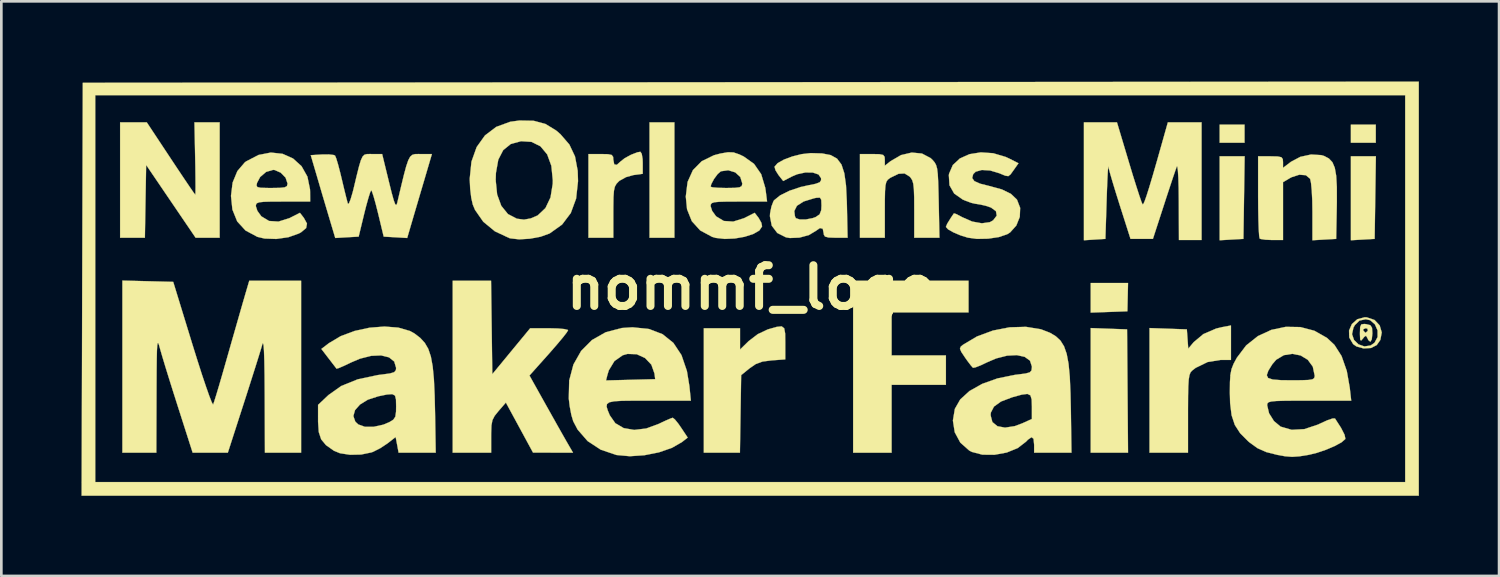
<source format=kicad_pcb>
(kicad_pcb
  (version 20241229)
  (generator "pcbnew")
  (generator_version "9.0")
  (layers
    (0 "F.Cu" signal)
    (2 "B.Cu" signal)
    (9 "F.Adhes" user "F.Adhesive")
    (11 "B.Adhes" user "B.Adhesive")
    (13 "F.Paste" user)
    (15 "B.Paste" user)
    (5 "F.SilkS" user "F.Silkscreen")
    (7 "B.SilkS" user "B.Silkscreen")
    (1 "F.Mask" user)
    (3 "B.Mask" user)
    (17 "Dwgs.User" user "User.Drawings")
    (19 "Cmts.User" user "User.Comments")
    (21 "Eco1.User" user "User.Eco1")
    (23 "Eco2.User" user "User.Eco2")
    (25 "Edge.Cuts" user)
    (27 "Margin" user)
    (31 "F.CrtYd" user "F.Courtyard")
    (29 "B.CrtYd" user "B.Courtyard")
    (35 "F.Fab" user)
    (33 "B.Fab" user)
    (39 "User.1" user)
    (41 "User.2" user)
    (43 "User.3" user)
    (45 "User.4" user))
  (footprint "nommf_logo"
    (layer "F.Cu")
    (at 25.067 7.71)
    (property "Reference" "nommf_logo" (at 0 0 0) (layer "F.SilkS") (effects (font (size 1.524 1.524) (thickness 0.3))))
    (attr through_hole)
    (fp_poly (pts (xy -2.879 -1.863) (xy -3.81 -1.863) (xy -3.81 -6.181) (xy -2.879 -6.181) (xy -2.879 -1.863)) (stroke (width 0.01) (type solid)) (fill yes) (layer "F.SilkS"))
    (fp_poly (pts (xy 18.457 -5.419) (xy 17.526 -5.419) (xy 17.526 -6.096) (xy 18.457 -6.096) (xy 18.457 -5.419)) (stroke (width 0.01) (type solid)) (fill yes) (layer "F.SilkS"))
    (fp_poly (pts (xy 23.368 -5.419) (xy 22.437 -5.419) (xy 22.437 -6.096) (xy 23.368 -6.096) (xy 23.368 -5.419)) (stroke (width 0.01) (type solid)) (fill yes) (layer "F.SilkS"))
    (fp_poly (pts (xy 13.38 1.542) (xy 14.061 1.566) (xy 14.079 3.874) (xy 14.097 6.181) (xy 12.7 6.181) (xy 12.7 1.517) (xy 13.38 1.542)) (stroke (width 0.01) (type solid)) (fill yes) (layer "F.SilkS"))
    (fp_poly (pts (xy 18.438 -3.365) (xy 18.415 -1.82) (xy 17.971 -1.795) (xy 17.526 -1.769) (xy 17.526 -4.911) (xy 18.461 -4.911) (xy 18.438 -3.365)) (stroke (width 0.01) (type solid)) (fill yes) (layer "F.SilkS"))
    (fp_poly (pts (xy 23.349 -3.365) (xy 23.326 -1.82) (xy 22.881 -1.795) (xy 22.437 -1.769) (xy 22.437 -4.911) (xy 23.372 -4.911) (xy 23.349 -3.365)) (stroke (width 0.01) (type solid)) (fill yes) (layer "F.SilkS"))
    (fp_poly (pts (xy 14.085 0.36) (xy 14.073 0.889) (xy 13.387 0.914) (xy 12.7 0.938) (xy 12.7 -0.169) (xy 13.399 -0.169) (xy 14.097 -0.169) (xy 14.085 0.36)) (stroke (width 0.01) (type solid)) (fill yes) (layer "F.SilkS"))
    (fp_poly (pts (xy 8.128 0.931) (xy 5.249 0.931) (xy 5.249 2.54) (xy 7.281 2.54) (xy 7.281 3.641) (xy 5.249 3.641) (xy 5.249 6.181) (xy 3.81 6.181) (xy 3.81 -0.254) (xy 8.128 -0.254) (xy 8.128 0.931)) (stroke (width 0.01) (type solid)) (fill yes) (layer "F.SilkS"))
    (fp_poly (pts (xy 24.977 7.789) (xy -25.062 7.789) (xy -25.041 0.064) (xy -25.02 -7.197) (xy -24.553 -7.197) (xy -24.553 7.281) (xy 24.469 7.281) (xy 24.469 -7.197) (xy -24.553 -7.197) (xy -25.02 -7.197) (xy -25.019 -7.662) (xy 24.977 -7.705) (xy 24.977 7.789)) (stroke (width 0.01) (type solid)) (fill yes) (layer "F.SilkS"))
    (fp_poly (pts (xy 1.231 1.528) (xy 1.266 1.722) (xy 1.27 2.061) (xy 1.27 2.689) (xy 0.763 2.726) (xy 0.42 2.77) (xy 0.166 2.863) (xy -0.062 3.02) (xy -0.381 3.278) (xy -0.404 4.729) (xy -0.427 6.181) (xy -1.778 6.181) (xy -1.778 1.524) (xy -0.423 1.524) (xy -0.423 2.32) (xy -0.098 2.003) (xy 0.24 1.745) (xy 0.615 1.568) (xy 0.635 1.562) (xy 0.948 1.473) (xy 1.136 1.453) (xy 1.231 1.528)) (stroke (width 0.01) (type solid)) (fill yes) (layer "F.SilkS"))
    (fp_poly (pts (xy -21.727 -4.826) (xy -21.448 -4.406) (xy -21.202 -4.039) (xy -21.004 -3.746) (xy -20.868 -3.55) (xy -20.809 -3.472) (xy -20.808 -3.471) (xy -20.802 -3.551) (xy -20.8 -3.772) (xy -20.802 -4.105) (xy -20.807 -4.523) (xy -20.813 -4.826) (xy -20.84 -6.181) (xy -19.897 -6.181) (xy -19.897 -1.863) (xy -20.796 -1.863) (xy -21.722 -3.225) (xy -22.648 -4.588) (xy -22.672 -3.225) (xy -22.695 -1.863) (xy -23.622 -1.863) (xy -23.622 -6.181) (xy -22.624 -6.181) (xy -21.727 -4.826)) (stroke (width 0.01) (type solid)) (fill yes) (layer "F.SilkS"))
    (fp_poly (pts (xy 17.949 2.709) (xy 17.564 2.709) (xy 17.074 2.788) (xy 16.624 3.008) (xy 16.489 3.114) (xy 16.434 3.179) (xy 16.395 3.281) (xy 16.368 3.445) (xy 16.352 3.697) (xy 16.344 4.061) (xy 16.341 4.564) (xy 16.341 4.712) (xy 16.341 6.181) (xy 14.901 6.181) (xy 14.901 1.517) (xy 16.298 1.566) (xy 16.324 1.927) (xy 16.35 2.287) (xy 16.556 2.043) (xy 16.917 1.741) (xy 17.398 1.534) (xy 17.632 1.479) (xy 17.949 1.42) (xy 17.949 2.709)) (stroke (width 0.01) (type solid)) (fill yes) (layer "F.SilkS"))
    (fp_poly (pts (xy -4.101 -5.004) (xy -4.069 -4.81) (xy -4.064 -4.668) (xy -4.064 -4.256) (xy -4.411 -4.209) (xy -4.69 -4.131) (xy -4.929 -3.999) (xy -4.961 -3.972) (xy -5.05 -3.878) (xy -5.108 -3.772) (xy -5.142 -3.618) (xy -5.159 -3.381) (xy -5.164 -3.026) (xy -5.165 -2.822) (xy -5.165 -1.863) (xy -6.096 -1.863) (xy -6.096 -4.995) (xy -5.63 -4.995) (xy -5.364 -4.99) (xy -5.225 -4.961) (xy -5.172 -4.889) (xy -5.165 -4.784) (xy -5.131 -4.609) (xy -5.035 -4.591) (xy -4.9 -4.712) (xy -4.739 -4.84) (xy -4.501 -4.969) (xy -4.265 -5.06) (xy -4.151 -5.08) (xy -4.101 -5.004)) (stroke (width 0.01) (type solid)) (fill yes) (layer "F.SilkS"))
    (fp_poly (pts (xy 23.008 1.37) (xy 23.162 1.408) (xy 23.228 1.508) (xy 23.241 1.714) (xy 23.219 1.94) (xy 23.164 2.029) (xy 23.089 1.967) (xy 23.055 1.893) (xy 23.003 1.803) (xy 22.934 1.85) (xy 22.889 1.909) (xy 22.818 1.987) (xy 22.785 1.951) (xy 22.776 1.776) (xy 22.775 1.704) (xy 22.78 1.564) (xy 22.896 1.564) (xy 22.902 1.609) (xy 22.975 1.689) (xy 22.987 1.693) (xy 23.054 1.634) (xy 23.072 1.609) (xy 23.052 1.537) (xy 22.987 1.524) (xy 22.896 1.564) (xy 22.78 1.564) (xy 22.783 1.479) (xy 22.827 1.38) (xy 22.937 1.363) (xy 23.008 1.37)) (stroke (width 0.01) (type solid)) (fill yes) (layer "F.SilkS"))
    (fp_poly (pts (xy 23.033 1.116) (xy 23.323 1.215) (xy 23.514 1.418) (xy 23.592 1.681) (xy 23.539 1.96) (xy 23.404 2.153) (xy 23.19 2.263) (xy 22.911 2.279) (xy 22.644 2.204) (xy 22.521 2.117) (xy 22.376 1.872) (xy 22.372 1.745) (xy 22.479 1.745) (xy 22.555 1.964) (xy 22.722 2.127) (xy 22.942 2.204) (xy 23.176 2.169) (xy 23.32 2.068) (xy 23.436 1.853) (xy 23.435 1.605) (xy 23.336 1.378) (xy 23.158 1.223) (xy 22.995 1.187) (xy 22.759 1.236) (xy 22.589 1.403) (xy 22.534 1.497) (xy 22.479 1.745) (xy 22.372 1.745) (xy 22.368 1.608) (xy 22.475 1.366) (xy 22.676 1.187) (xy 22.951 1.113) (xy 23.033 1.116)) (stroke (width 0.01) (type solid)) (fill yes) (layer "F.SilkS"))
    (fp_poly (pts (xy -9.717 1.494) (xy -9.694 3.243) (xy -8.985 2.383) (xy -8.276 1.524) (xy -7.567 1.524) (xy -7.244 1.532) (xy -6.999 1.554) (xy -6.869 1.586) (xy -6.858 1.599) (xy -6.911 1.687) (xy -7.057 1.874) (xy -7.275 2.134) (xy -7.541 2.44) (xy -7.58 2.484) (xy -8.303 3.293) (xy -7.697 4.377) (xy -7.461 4.797) (xy -7.237 5.196) (xy -7.045 5.535) (xy -6.908 5.776) (xy -6.882 5.821) (xy -6.673 6.181) (xy -7.421 6.179) (xy -8.17 6.177) (xy -9.186 4.305) (xy -9.461 4.622) (xy -9.605 4.801) (xy -9.688 4.961) (xy -9.726 5.159) (xy -9.736 5.454) (xy -9.737 5.56) (xy -9.737 6.181) (xy -11.176 6.181) (xy -11.176 -0.254) (xy -9.74 -0.254) (xy -9.717 1.494)) (stroke (width 0.01) (type solid)) (fill yes) (layer "F.SilkS"))
    (fp_poly (pts (xy 6.385 -5.014) (xy 6.709 -4.844) (xy 6.781 -4.776) (xy 6.858 -4.686) (xy 6.913 -4.587) (xy 6.952 -4.45) (xy 6.977 -4.246) (xy 6.993 -3.948) (xy 7.005 -3.525) (xy 7.012 -3.211) (xy 7.039 -1.863) (xy 6.096 -1.863) (xy 6.096 -2.921) (xy 6.094 -3.369) (xy 6.083 -3.679) (xy 6.06 -3.886) (xy 6.019 -4.021) (xy 5.957 -4.116) (xy 5.922 -4.153) (xy 5.735 -4.269) (xy 5.511 -4.257) (xy 5.217 -4.115) (xy 5.186 -4.096) (xy 5.107 -4.036) (xy 5.053 -3.956) (xy 5.02 -3.823) (xy 5.003 -3.608) (xy 4.996 -3.278) (xy 4.995 -2.919) (xy 4.995 -1.863) (xy 4.064 -1.863) (xy 4.064 -4.995) (xy 4.53 -4.995) (xy 4.796 -4.99) (xy 4.935 -4.961) (xy 4.988 -4.889) (xy 4.995 -4.778) (xy 4.995 -4.56) (xy 5.212 -4.73) (xy 5.601 -4.956) (xy 6.004 -5.051) (xy 6.385 -5.014)) (stroke (width 0.01) (type solid)) (fill yes) (layer "F.SilkS"))
    (fp_poly (pts (xy 21.33 -4.955) (xy 21.438 -4.922) (xy 21.615 -4.828) (xy 21.745 -4.69) (xy 21.834 -4.482) (xy 21.887 -4.182) (xy 21.911 -3.766) (xy 21.912 -3.21) (xy 21.91 -3.069) (xy 21.886 -1.82) (xy 21.442 -1.795) (xy 20.997 -1.769) (xy 20.997 -2.837) (xy 20.991 -3.259) (xy 20.972 -3.631) (xy 20.945 -3.912) (xy 20.912 -4.066) (xy 20.91 -4.07) (xy 20.752 -4.203) (xy 20.506 -4.222) (xy 20.213 -4.127) (xy 20.143 -4.088) (xy 19.897 -3.943) (xy 19.897 -1.778) (xy 19.487 -1.778) (xy 19.237 -1.789) (xy 19.062 -1.816) (xy 19.022 -1.834) (xy 19.004 -1.933) (xy 18.988 -2.174) (xy 18.976 -2.527) (xy 18.968 -2.965) (xy 18.965 -3.401) (xy 18.965 -4.911) (xy 19.431 -4.911) (xy 19.698 -4.905) (xy 19.836 -4.876) (xy 19.889 -4.805) (xy 19.897 -4.695) (xy 19.897 -4.479) (xy 20.194 -4.705) (xy 20.545 -4.891) (xy 20.947 -4.978) (xy 21.33 -4.955)) (stroke (width 0.01) (type solid)) (fill yes) (layer "F.SilkS"))
    (fp_poly (pts (xy 14.133 -4.678) (xy 14.278 -4.198) (xy 14.411 -3.775) (xy 14.521 -3.435) (xy 14.601 -3.204) (xy 14.642 -3.11) (xy 14.67 -3.128) (xy 14.718 -3.232) (xy 14.79 -3.435) (xy 14.889 -3.747) (xy 15.019 -4.182) (xy 15.183 -4.75) (xy 15.385 -5.464) (xy 15.509 -5.905) (xy 15.587 -6.181) (xy 16.849 -6.181) (xy 16.849 -1.778) (xy 16.002 -1.778) (xy 15.996 -3.239) (xy 15.991 -3.722) (xy 15.979 -4.111) (xy 15.962 -4.386) (xy 15.941 -4.526) (xy 15.922 -4.53) (xy 15.873 -4.393) (xy 15.782 -4.127) (xy 15.662 -3.765) (xy 15.521 -3.338) (xy 15.441 -3.09) (xy 15.028 -1.82) (xy 14.19 -1.82) (xy 13.785 -3.09) (xy 13.644 -3.539) (xy 13.522 -3.94) (xy 13.428 -4.262) (xy 13.372 -4.473) (xy 13.361 -4.53) (xy 13.352 -4.506) (xy 13.34 -4.337) (xy 13.325 -4.046) (xy 13.309 -3.655) (xy 13.296 -3.26) (xy 13.25 -1.82) (xy 12.848 -1.795) (xy 12.446 -1.769) (xy 12.446 -6.181) (xy 13.683 -6.181) (xy 14.133 -4.678)) (stroke (width 0.01) (type solid)) (fill yes) (layer "F.SilkS"))
    (fp_poly (pts (xy -8.146 -6.24) (xy -7.706 -6.122) (xy -7.309 -5.88) (xy -7.145 -5.739) (xy -6.81 -5.352) (xy -6.599 -4.906) (xy -6.498 -4.37) (xy -6.486 -3.979) (xy -6.558 -3.327) (xy -6.757 -2.787) (xy -7.083 -2.356) (xy -7.538 -2.031) (xy -7.561 -2.019) (xy -7.889 -1.901) (xy -8.289 -1.827) (xy -8.688 -1.803) (xy -9.016 -1.84) (xy -9.06 -1.852) (xy -9.596 -2.103) (xy -10.031 -2.461) (xy -10.34 -2.904) (xy -10.424 -3.104) (xy -10.481 -3.354) (xy -10.522 -3.699) (xy -10.537 -4.016) (xy -9.567 -4.016) (xy -9.513 -3.482) (xy -9.357 -3.055) (xy -9.108 -2.749) (xy -8.776 -2.576) (xy -8.509 -2.541) (xy -8.257 -2.586) (xy -8.001 -2.696) (xy -7.994 -2.7) (xy -7.705 -2.973) (xy -7.515 -3.372) (xy -7.433 -3.88) (xy -7.43 -4.014) (xy -7.484 -4.556) (xy -7.64 -4.982) (xy -7.891 -5.284) (xy -8.227 -5.451) (xy -8.618 -5.476) (xy -9.003 -5.371) (xy -9.286 -5.142) (xy -9.47 -4.784) (xy -9.558 -4.29) (xy -9.567 -4.016) (xy -10.537 -4.016) (xy -10.539 -4.065) (xy -10.539 -4.07) (xy -10.474 -4.71) (xy -10.28 -5.255) (xy -9.968 -5.692) (xy -9.546 -6.012) (xy -9.024 -6.203) (xy -8.678 -6.25) (xy -8.146 -6.24)) (stroke (width 0.01) (type solid)) (fill yes) (layer "F.SilkS"))
    (fp_poly (pts (xy -22.586 -0.236) (xy -21.635 -0.212) (xy -20.915 2.134) (xy -20.73 2.726) (xy -20.56 3.256) (xy -20.409 3.705) (xy -20.286 4.055) (xy -20.196 4.286) (xy -20.146 4.379) (xy -20.141 4.377) (xy -20.102 4.268) (xy -20.025 4.022) (xy -19.918 3.665) (xy -19.789 3.222) (xy -19.645 2.719) (xy -19.606 2.582) (xy -19.449 2.03) (xy -19.295 1.493) (xy -19.156 1.008) (xy -19.042 0.61) (xy -18.962 0.336) (xy -18.957 0.318) (xy -18.789 -0.254) (xy -16.849 -0.254) (xy -16.849 6.181) (xy -18.203 6.181) (xy -18.211 4) (xy -18.216 3.294) (xy -18.225 2.753) (xy -18.238 2.373) (xy -18.255 2.149) (xy -18.278 2.077) (xy -18.297 2.117) (xy -18.345 2.281) (xy -18.437 2.58) (xy -18.564 2.985) (xy -18.718 3.469) (xy -18.889 4.006) (xy -18.983 4.297) (xy -19.591 6.181) (xy -20.907 6.181) (xy -21.456 4.466) (xy -21.629 3.923) (xy -21.792 3.404) (xy -21.935 2.942) (xy -22.047 2.569) (xy -22.12 2.318) (xy -22.129 2.286) (xy -22.166 2.153) (xy -22.195 2.079) (xy -22.217 2.08) (xy -22.233 2.17) (xy -22.244 2.364) (xy -22.251 2.677) (xy -22.256 3.124) (xy -22.259 3.72) (xy -22.26 4) (xy -22.267 6.181) (xy -23.537 6.181) (xy -23.537 -0.26) (xy -22.586 -0.236)) (stroke (width 0.01) (type solid)) (fill yes) (layer "F.SilkS"))
    (fp_poly (pts (xy -17.541 -5.003) (xy -17.151 -4.829) (xy -16.833 -4.541) (xy -16.613 -4.151) (xy -16.515 -3.67) (xy -16.512 -3.577) (xy -16.51 -3.217) (xy -17.526 -3.217) (xy -17.955 -3.216) (xy -18.242 -3.208) (xy -18.416 -3.189) (xy -18.506 -3.154) (xy -18.538 -3.098) (xy -18.542 -3.044) (xy -18.485 -2.868) (xy -18.345 -2.675) (xy -18.334 -2.663) (xy -18.049 -2.491) (xy -17.696 -2.468) (xy -17.287 -2.596) (xy -17.228 -2.626) (xy -16.893 -2.796) (xy -16.745 -2.605) (xy -16.629 -2.394) (xy -16.661 -2.225) (xy -16.849 -2.068) (xy -16.933 -2.022) (xy -17.324 -1.883) (xy -17.777 -1.818) (xy -18.217 -1.833) (xy -18.487 -1.897) (xy -18.93 -2.135) (xy -19.24 -2.473) (xy -19.42 -2.918) (xy -19.473 -3.43) (xy -19.425 -3.817) (xy -18.518 -3.817) (xy -18.484 -3.76) (xy -18.362 -3.733) (xy -18.12 -3.726) (xy -17.955 -3.725) (xy -17.642 -3.73) (xy -17.462 -3.75) (xy -17.379 -3.796) (xy -17.357 -3.879) (xy -17.357 -3.895) (xy -17.43 -4.112) (xy -17.611 -4.298) (xy -17.84 -4.398) (xy -17.898 -4.403) (xy -18.158 -4.327) (xy -18.382 -4.135) (xy -18.498 -3.916) (xy -18.518 -3.817) (xy -19.425 -3.817) (xy -19.411 -3.929) (xy -19.233 -4.359) (xy -18.957 -4.682) (xy -18.904 -4.722) (xy -18.442 -4.961) (xy -17.98 -5.051) (xy -17.541 -5.003)) (stroke (width 0.01) (type solid)) (fill yes) (layer "F.SilkS"))
    (fp_poly (pts (xy -0.666 -5.056) (xy -0.45 -4.982) (xy -0.287 -4.904) (xy 0.101 -4.628) (xy 0.369 -4.241) (xy 0.521 -3.734) (xy 0.538 -3.619) (xy 0.589 -3.217) (xy -0.467 -3.217) (xy -0.906 -3.216) (xy -1.203 -3.208) (xy -1.385 -3.191) (xy -1.481 -3.158) (xy -1.518 -3.106) (xy -1.524 -3.044) (xy -1.467 -2.868) (xy -1.327 -2.675) (xy -1.316 -2.663) (xy -1.031 -2.491) (xy -0.678 -2.468) (xy -0.269 -2.596) (xy -0.21 -2.626) (xy 0.125 -2.796) (xy 0.273 -2.605) (xy 0.376 -2.422) (xy 0.402 -2.286) (xy 0.298 -2.133) (xy 0.066 -2.001) (xy -0.254 -1.899) (xy -0.621 -1.835) (xy -0.994 -1.819) (xy -1.333 -1.857) (xy -1.469 -1.897) (xy -1.915 -2.138) (xy -2.227 -2.482) (xy -2.406 -2.929) (xy -2.453 -3.405) (xy -2.408 -3.772) (xy -1.524 -3.772) (xy -1.446 -3.749) (xy -1.242 -3.732) (xy -0.955 -3.725) (xy -0.931 -3.725) (xy -0.62 -3.73) (xy -0.441 -3.751) (xy -0.36 -3.797) (xy -0.339 -3.881) (xy -0.339 -3.895) (xy -0.413 -4.136) (xy -0.604 -4.31) (xy -0.865 -4.389) (xy -1.139 -4.35) (xy -1.26 -4.247) (xy -1.397 -4.062) (xy -1.499 -3.87) (xy -1.524 -3.772) (xy -2.408 -3.772) (xy -2.385 -3.953) (xy -2.186 -4.394) (xy -1.856 -4.727) (xy -1.397 -4.951) (xy -1.158 -5.014) (xy -0.874 -5.063) (xy -0.666 -5.056)) (stroke (width 0.01) (type solid)) (fill yes) (layer "F.SilkS"))
    (fp_poly (pts (xy -3.831 1.552) (xy -3.322 1.746) (xy -2.918 2.071) (xy -2.614 2.529) (xy -2.411 3.124) (xy -2.318 3.689) (xy -2.263 4.233) (xy -3.841 4.233) (xy -4.415 4.234) (xy -4.84 4.239) (xy -5.133 4.257) (xy -5.314 4.295) (xy -5.402 4.36) (xy -5.416 4.458) (xy -5.374 4.598) (xy -5.298 4.781) (xy -5.091 5.077) (xy -4.777 5.261) (xy -4.383 5.329) (xy -3.933 5.275) (xy -3.471 5.105) (xy -3.215 4.984) (xy -3.021 4.9) (xy -2.941 4.873) (xy -2.862 4.935) (xy -2.729 5.099) (xy -2.63 5.242) (xy -2.382 5.615) (xy -2.593 5.781) (xy -2.971 5.999) (xy -3.459 6.168) (xy -4.003 6.276) (xy -4.547 6.313) (xy -5.038 6.268) (xy -5.051 6.266) (xy -5.637 6.068) (xy -6.127 5.746) (xy -6.501 5.316) (xy -6.665 5.005) (xy -6.736 4.767) (xy -6.798 4.438) (xy -6.832 4.154) (xy -6.816 3.481) (xy -6.815 3.477) (xy -5.439 3.477) (xy -4.518 3.453) (xy -3.598 3.429) (xy -3.625 3.217) (xy -3.742 2.886) (xy -3.978 2.638) (xy -4.289 2.496) (xy -4.636 2.484) (xy -4.815 2.535) (xy -5.124 2.752) (xy -5.333 3.097) (xy -5.382 3.254) (xy -5.439 3.477) (xy -6.815 3.477) (xy -6.658 2.882) (xy -6.369 2.372) (xy -5.964 1.965) (xy -5.453 1.675) (xy -4.85 1.515) (xy -4.445 1.488) (xy -3.831 1.552)) (stroke (width 0.01) (type solid)) (fill yes) (layer "F.SilkS"))
    (fp_poly (pts (xy 9.05 -5.026) (xy 9.519 -4.887) (xy 9.668 -4.818) (xy 9.997 -4.65) (xy 9.819 -4.399) (xy 9.701 -4.234) (xy 9.616 -4.168) (xy 9.5 -4.186) (xy 9.29 -4.273) (xy 9.284 -4.276) (xy 8.937 -4.38) (xy 8.626 -4.399) (xy 8.394 -4.334) (xy 8.302 -4.242) (xy 8.265 -4.097) (xy 8.345 -3.983) (xy 8.559 -3.887) (xy 8.896 -3.802) (xy 9.376 -3.671) (xy 9.714 -3.506) (xy 9.936 -3.294) (xy 9.943 -3.284) (xy 10.06 -2.982) (xy 10.046 -2.644) (xy 9.916 -2.32) (xy 9.685 -2.063) (xy 9.573 -1.993) (xy 9.261 -1.888) (xy 8.859 -1.828) (xy 8.442 -1.82) (xy 8.104 -1.866) (xy 7.821 -1.954) (xy 7.558 -2.066) (xy 7.363 -2.177) (xy 7.282 -2.266) (xy 7.281 -2.269) (xy 7.331 -2.39) (xy 7.47 -2.614) (xy 7.581 -2.776) (xy 7.657 -2.754) (xy 7.826 -2.669) (xy 7.884 -2.636) (xy 8.265 -2.469) (xy 8.626 -2.404) (xy 8.927 -2.446) (xy 9.049 -2.515) (xy 9.183 -2.69) (xy 9.155 -2.855) (xy 8.972 -2.991) (xy 8.818 -3.046) (xy 8.581 -3.103) (xy 8.4 -3.133) (xy 8.382 -3.134) (xy 8.23 -3.169) (xy 8.001 -3.254) (xy 7.91 -3.293) (xy 7.591 -3.517) (xy 7.415 -3.827) (xy 7.391 -4.204) (xy 7.4 -4.261) (xy 7.54 -4.584) (xy 7.804 -4.83) (xy 8.163 -4.99) (xy 8.588 -5.058) (xy 9.05 -5.026)) (stroke (width 0.01) (type solid)) (fill yes) (layer "F.SilkS"))
    (fp_poly (pts (xy -12.363 -4.995) (xy -11.954 -4.995) (xy -12.247 -4) (xy -12.382 -3.545) (xy -12.518 -3.083) (xy -12.638 -2.676) (xy -12.71 -2.43) (xy -12.879 -1.854) (xy -13.319 -1.88) (xy -13.758 -1.905) (xy -13.967 -2.773) (xy -14.057 -3.129) (xy -14.137 -3.414) (xy -14.198 -3.595) (xy -14.225 -3.641) (xy -14.264 -3.564) (xy -14.33 -3.356) (xy -14.415 -3.051) (xy -14.485 -2.773) (xy -14.695 -1.905) (xy -15.133 -1.88) (xy -15.571 -1.854) (xy -15.781 -2.557) (xy -15.903 -2.967) (xy -16.048 -3.455) (xy -16.19 -3.939) (xy -16.239 -4.106) (xy -16.488 -4.953) (xy -16.064 -4.979) (xy -15.807 -4.981) (xy -15.625 -4.959) (xy -15.578 -4.937) (xy -15.533 -4.829) (xy -15.463 -4.596) (xy -15.38 -4.277) (xy -15.329 -4.064) (xy -15.243 -3.704) (xy -15.168 -3.399) (xy -15.114 -3.191) (xy -15.097 -3.133) (xy -15.059 -3.149) (xy -14.997 -3.301) (xy -14.921 -3.559) (xy -14.889 -3.683) (xy -14.772 -4.174) (xy -14.684 -4.525) (xy -14.614 -4.759) (xy -14.549 -4.9) (xy -14.476 -4.971) (xy -14.382 -4.995) (xy -14.256 -4.996) (xy -14.186 -4.995) (xy -13.816 -4.995) (xy -13.563 -3.958) (xy -13.458 -3.536) (xy -13.381 -3.261) (xy -13.327 -3.116) (xy -13.288 -3.085) (xy -13.257 -3.149) (xy -13.25 -3.175) (xy -13.111 -3.767) (xy -13.002 -4.215) (xy -12.915 -4.539) (xy -12.84 -4.758) (xy -12.768 -4.894) (xy -12.687 -4.965) (xy -12.589 -4.993) (xy -12.464 -4.996) (xy -12.363 -4.995)) (stroke (width 0.01) (type solid)) (fill yes) (layer "F.SilkS"))
    (fp_poly (pts (xy 2.65 -5.018) (xy 2.97 -4.956) (xy 3.207 -4.824) (xy 3.373 -4.603) (xy 3.48 -4.275) (xy 3.543 -3.821) (xy 3.573 -3.221) (xy 3.577 -3.069) (xy 3.602 -1.863) (xy 3.156 -1.863) (xy 2.891 -1.872) (xy 2.756 -1.908) (xy 2.711 -1.985) (xy 2.709 -2.018) (xy 2.673 -2.199) (xy 2.567 -2.226) (xy 2.419 -2.123) (xy 2.153 -1.963) (xy 1.802 -1.868) (xy 1.443 -1.853) (xy 1.296 -1.878) (xy 0.971 -2.042) (xy 0.764 -2.314) (xy 0.695 -2.669) (xy 0.701 -2.773) (xy 0.716 -2.848) (xy 1.609 -2.848) (xy 1.631 -2.671) (xy 1.665 -2.596) (xy 1.81 -2.547) (xy 2.044 -2.548) (xy 2.296 -2.597) (xy 2.409 -2.638) (xy 2.555 -2.738) (xy 2.616 -2.897) (xy 2.625 -3.068) (xy 2.617 -3.281) (xy 2.569 -3.364) (xy 2.437 -3.359) (xy 2.349 -3.341) (xy 1.957 -3.22) (xy 1.706 -3.059) (xy 1.609 -2.867) (xy 1.609 -2.848) (xy 0.716 -2.848) (xy 0.752 -3.031) (xy 0.828 -3.23) (xy 0.852 -3.266) (xy 1.079 -3.449) (xy 1.425 -3.621) (xy 1.843 -3.762) (xy 2.129 -3.825) (xy 2.409 -3.882) (xy 2.558 -3.939) (xy 2.61 -4.015) (xy 2.608 -4.095) (xy 2.513 -4.231) (xy 2.303 -4.302) (xy 2.023 -4.306) (xy 1.715 -4.239) (xy 1.521 -4.157) (xy 1.193 -3.986) (xy 1.017 -4.209) (xy 0.905 -4.386) (xy 0.868 -4.516) (xy 0.869 -4.523) (xy 0.983 -4.654) (xy 1.22 -4.787) (xy 1.534 -4.905) (xy 1.881 -4.992) (xy 2.215 -5.03) (xy 2.232 -5.03) (xy 2.65 -5.018)) (stroke (width 0.01) (type solid)) (fill yes) (layer "F.SilkS"))
    (fp_poly (pts (xy 10.839 1.563) (xy 11.175 1.693) (xy 11.395 1.825) (xy 11.569 1.987) (xy 11.702 2.199) (xy 11.801 2.481) (xy 11.871 2.854) (xy 11.917 3.337) (xy 11.944 3.952) (xy 11.958 4.593) (xy 11.98 6.181) (xy 10.583 6.181) (xy 10.583 5.884) (xy 10.561 5.662) (xy 10.487 5.601) (xy 10.35 5.694) (xy 10.279 5.769) (xy 9.968 6.008) (xy 9.557 6.175) (xy 9.098 6.259) (xy 8.646 6.255) (xy 8.254 6.152) (xy 8.154 6.1) (xy 7.82 5.803) (xy 7.612 5.417) (xy 7.543 4.976) (xy 7.576 4.782) (xy 8.954 4.782) (xy 9.021 5.035) (xy 9.209 5.19) (xy 9.494 5.243) (xy 9.856 5.187) (xy 10.139 5.082) (xy 10.499 4.919) (xy 10.499 4.449) (xy 10.49 4.188) (xy 10.445 4.036) (xy 10.331 3.981) (xy 10.12 4.008) (xy 9.779 4.102) (xy 9.76 4.107) (xy 9.343 4.266) (xy 9.081 4.454) (xy 8.963 4.681) (xy 8.954 4.782) (xy 7.576 4.782) (xy 7.616 4.541) (xy 7.818 4.188) (xy 8.165 3.872) (xy 8.637 3.606) (xy 9.211 3.401) (xy 9.867 3.268) (xy 9.974 3.255) (xy 10.261 3.218) (xy 10.418 3.175) (xy 10.484 3.104) (xy 10.499 2.982) (xy 10.499 2.955) (xy 10.427 2.736) (xy 10.23 2.594) (xy 9.936 2.53) (xy 9.571 2.549) (xy 9.163 2.653) (xy 8.843 2.789) (xy 8.583 2.912) (xy 8.385 2.989) (xy 8.295 3.004) (xy 8.219 2.92) (xy 8.085 2.744) (xy 7.997 2.619) (xy 7.857 2.409) (xy 7.807 2.289) (xy 7.838 2.21) (xy 7.92 2.143) (xy 8.444 1.831) (xy 9.039 1.611) (xy 9.664 1.489) (xy 10.277 1.471) (xy 10.839 1.563)) (stroke (width 0.01) (type solid)) (fill yes) (layer "F.SilkS"))
    (fp_poly (pts (xy -13.212 1.5) (xy -12.777 1.626) (xy -12.606 1.72) (xy -12.391 1.885) (xy -12.221 2.07) (xy -12.09 2.295) (xy -11.993 2.582) (xy -11.925 2.954) (xy -11.879 3.431) (xy -11.851 4.036) (xy -11.835 4.72) (xy -11.811 6.181) (xy -12.506 6.181) (xy -13.2 6.181) (xy -13.255 5.887) (xy -13.31 5.594) (xy -13.619 5.835) (xy -13.881 6.009) (xy -14.151 6.146) (xy -14.215 6.17) (xy -14.603 6.25) (xy -15.018 6.259) (xy -15.394 6.201) (xy -15.621 6.108) (xy -15.919 5.897) (xy -16.098 5.681) (xy -16.188 5.408) (xy -16.214 5.026) (xy -16.214 4.981) (xy -16.214 4.81) (xy -14.894 4.81) (xy -14.82 5.019) (xy -14.711 5.123) (xy -14.466 5.211) (xy -14.134 5.212) (xy -13.772 5.132) (xy -13.545 5.037) (xy -13.399 4.946) (xy -13.323 4.835) (xy -13.296 4.646) (xy -13.293 4.443) (xy -13.298 4.19) (xy -13.334 4.045) (xy -13.437 3.989) (xy -13.639 4.004) (xy -13.968 4.072) (xy -14.352 4.197) (xy -14.644 4.377) (xy -14.831 4.588) (xy -14.894 4.81) (xy -16.214 4.81) (xy -16.214 4.391) (xy -15.824 4.023) (xy -15.348 3.685) (xy -14.73 3.435) (xy -13.975 3.275) (xy -13.808 3.254) (xy -13.522 3.215) (xy -13.366 3.168) (xy -13.303 3.094) (xy -13.293 3.008) (xy -13.364 2.769) (xy -13.559 2.613) (xy -13.855 2.54) (xy -14.225 2.556) (xy -14.645 2.662) (xy -14.977 2.803) (xy -15.241 2.929) (xy -15.436 3.013) (xy -15.524 3.037) (xy -15.525 3.036) (xy -15.584 2.957) (xy -15.714 2.788) (xy -15.819 2.652) (xy -16.091 2.298) (xy -15.809 2.083) (xy -15.368 1.82) (xy -14.847 1.625) (xy -14.288 1.504) (xy -13.73 1.46) (xy -13.212 1.5)) (stroke (width 0.01) (type solid)) (fill yes) (layer "F.SilkS"))
    (fp_poly (pts (xy 20.546 1.48) (xy 21.069 1.617) (xy 21.541 1.884) (xy 21.821 2.146) (xy 22.088 2.564) (xy 22.283 3.12) (xy 22.394 3.747) (xy 22.449 4.233) (xy 20.876 4.233) (xy 20.325 4.234) (xy 19.92 4.238) (xy 19.64 4.247) (xy 19.46 4.264) (xy 19.36 4.292) (xy 19.315 4.333) (xy 19.304 4.39) (xy 19.304 4.407) (xy 19.375 4.707) (xy 19.557 4.997) (xy 19.804 5.203) (xy 19.809 5.206) (xy 20.221 5.325) (xy 20.694 5.299) (xy 21.208 5.128) (xy 21.3 5.084) (xy 21.559 4.966) (xy 21.754 4.9) (xy 21.841 4.899) (xy 22.068 5.25) (xy 22.2 5.509) (xy 22.231 5.659) (xy 22.225 5.673) (xy 22.087 5.793) (xy 21.831 5.932) (xy 21.505 6.071) (xy 21.156 6.189) (xy 20.873 6.258) (xy 20.512 6.317) (xy 20.238 6.336) (xy 19.975 6.315) (xy 19.685 6.263) (xy 19.264 6.156) (xy 18.94 6.011) (xy 18.641 5.795) (xy 18.589 5.75) (xy 18.293 5.452) (xy 18.093 5.143) (xy 17.973 4.781) (xy 17.917 4.324) (xy 17.907 3.937) (xy 17.911 3.538) (xy 17.927 3.28) (xy 19.289 3.28) (xy 19.339 3.385) (xy 19.514 3.443) (xy 19.829 3.467) (xy 20.193 3.471) (xy 20.589 3.469) (xy 20.846 3.459) (xy 20.994 3.436) (xy 21.062 3.392) (xy 21.081 3.324) (xy 21.082 3.298) (xy 21.011 2.961) (xy 20.824 2.705) (xy 20.557 2.542) (xy 20.247 2.481) (xy 19.929 2.531) (xy 19.642 2.702) (xy 19.497 2.87) (xy 19.347 3.113) (xy 19.289 3.28) (xy 17.927 3.28) (xy 17.929 3.259) (xy 17.971 3.047) (xy 18.048 2.853) (xy 18.17 2.627) (xy 18.518 2.166) (xy 18.958 1.817) (xy 19.462 1.584) (xy 20.001 1.471) (xy 20.546 1.48)) (stroke (width 0.01) (type solid)) (fill yes) (layer "F.SilkS")))
  (gr_rect
    (start -3 -3)
    (end 53.049 18.504)
    (stroke (width 0.1) (type default))
    (fill no)
    (layer "Edge.Cuts")))
</source>
